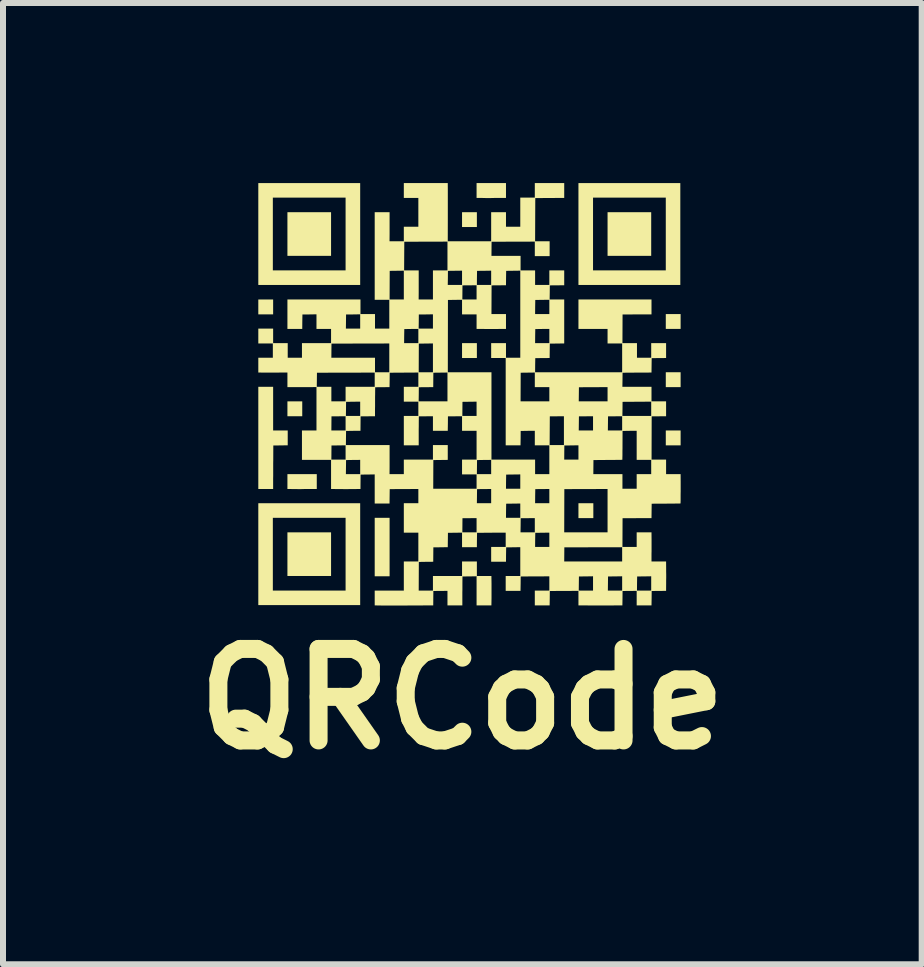
<source format=kicad_pcb>
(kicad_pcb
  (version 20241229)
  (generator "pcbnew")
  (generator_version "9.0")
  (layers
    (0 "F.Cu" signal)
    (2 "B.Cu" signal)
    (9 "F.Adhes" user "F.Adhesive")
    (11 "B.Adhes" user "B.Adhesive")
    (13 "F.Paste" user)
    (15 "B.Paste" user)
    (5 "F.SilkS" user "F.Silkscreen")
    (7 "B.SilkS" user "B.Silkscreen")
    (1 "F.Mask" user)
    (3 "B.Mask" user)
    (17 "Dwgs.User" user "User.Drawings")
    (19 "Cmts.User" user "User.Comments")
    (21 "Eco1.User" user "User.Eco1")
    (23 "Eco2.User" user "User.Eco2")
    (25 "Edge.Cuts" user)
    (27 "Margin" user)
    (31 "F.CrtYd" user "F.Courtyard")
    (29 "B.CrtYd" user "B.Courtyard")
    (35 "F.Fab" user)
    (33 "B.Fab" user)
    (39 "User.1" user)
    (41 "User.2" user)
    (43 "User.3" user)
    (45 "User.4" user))
  (footprint "QRCode"
    (layer "F.Cu")
    (at 4.768 3.515)
    (property "Reference" "QRCode" (at -0.116 5.08 0) (layer "F.SilkS") (effects (font (size 1.524 1.524) (thickness 0.3))))
    (attr board_only exclude_from_pos_files exclude_from_bom)
    (fp_poly (pts (xy -3.268 -1.328) (xy -3.515 -1.328) (xy -3.515 -1.576) (xy -3.268 -1.576)) (stroke (width 0) (type solid)) (fill yes) (layer "F.SilkS"))
    (fp_poly (pts (xy -2.783 0.369) (xy -3.03 0.369) (xy -3.03 0.121) (xy -2.783 0.121)) (stroke (width 0) (type solid)) (fill yes) (layer "F.SilkS"))
    (fp_poly (pts (xy -2.303 -2.303) (xy -3.03 -2.303) (xy -3.03 -3.03) (xy -2.303 -3.03)) (stroke (width 0) (type solid)) (fill yes) (layer "F.SilkS"))
    (fp_poly (pts (xy -2.303 3.03) (xy -3.03 3.03) (xy -3.03 2.303) (xy -2.303 2.303)) (stroke (width 0) (type solid)) (fill yes) (layer "F.SilkS"))
    (fp_poly (pts (xy 0.126 -2.783) (xy -0.121 -2.783) (xy -0.121 -3.03) (xy 0.126 -3.03)) (stroke (width 0) (type solid)) (fill yes) (layer "F.SilkS"))
    (fp_poly (pts (xy 0.126 -0.601) (xy -0.121 -0.601) (xy -0.121 -0.849) (xy 0.126 -0.849)) (stroke (width 0) (type solid)) (fill yes) (layer "F.SilkS"))
    (fp_poly (pts (xy 2.066 2.066) (xy 1.818 2.066) (xy 1.818 1.818) (xy 2.066 1.818)) (stroke (width 0) (type solid)) (fill yes) (layer "F.SilkS"))
    (fp_poly (pts (xy 3.03 -2.303) (xy 2.303 -2.303) (xy 2.303 -3.03) (xy 3.03 -3.03)) (stroke (width 0) (type solid)) (fill yes) (layer "F.SilkS"))
    (fp_poly (pts (xy 3.52 -1.086) (xy 3.273 -1.086) (xy 3.273 -1.333) (xy 3.52 -1.333)) (stroke (width 0) (type solid)) (fill yes) (layer "F.SilkS"))
    (fp_poly (pts (xy 3.52 -0.116) (xy 3.273 -0.116) (xy 3.273 -0.364) (xy 3.52 -0.364)) (stroke (width 0) (type solid)) (fill yes) (layer "F.SilkS"))
    (fp_poly (pts (xy 3.52 0.854) (xy 3.273 0.854) (xy 3.273 0.606) (xy 3.52 0.606)) (stroke (width 0) (type solid)) (fill yes) (layer "F.SilkS"))
    (fp_poly (pts (xy -1.818 -1.818) (xy -3.515 -1.818) (xy -3.515 -2.061) (xy -3.273 -2.061) (xy -2.061 -2.061) (xy -2.061 -3.273) (xy -3.273 -3.273) (xy -3.273 -2.061) (xy -3.515 -2.061) (xy -3.515 -3.515) (xy -1.818 -3.515)) (stroke (width 0) (type solid)) (fill yes) (layer "F.SilkS"))
    (fp_poly (pts (xy -1.818 3.515) (xy -3.515 3.515) (xy -3.515 3.273) (xy -3.273 3.273) (xy -2.061 3.273) (xy -2.061 2.061) (xy -3.273 2.061) (xy -3.273 3.273) (xy -3.515 3.273) (xy -3.515 1.818) (xy -1.818 1.818)) (stroke (width 0) (type solid)) (fill yes) (layer "F.SilkS"))
    (fp_poly (pts (xy 3.515 -1.818) (xy 1.818 -1.818) (xy 1.818 -2.061) (xy 2.061 -2.061) (xy 3.273 -2.061) (xy 3.273 -3.273) (xy 2.061 -3.273) (xy 2.061 -2.061) (xy 1.818 -2.061) (xy 1.818 -3.515) (xy 3.515 -3.515)) (stroke (width 0) (type solid)) (fill yes) (layer "F.SilkS"))
    (fp_poly (pts (xy -2.541 1.581) (xy -2.656 1.581) (xy -2.69 1.581) (xy -2.72 1.581) (xy -2.746 1.581) (xy -2.765 1.582) (xy -2.776 1.582) (xy -2.779 1.582) (xy -2.785 1.582) (xy -2.801 1.583) (xy -2.823 1.583) (xy -2.852 1.583) (xy -2.884 1.582) (xy -2.908 1.582) (xy -3.03 1.581) (xy -3.03 1.333) (xy -2.541 1.333)) (stroke (width 0) (type solid)) (fill yes) (layer "F.SilkS"))
    (fp_poly (pts (xy 0.611 -3.268) (xy 0.495 -3.268) (xy 0.462 -3.268) (xy 0.432 -3.268) (xy 0.406 -3.267) (xy 0.387 -3.267) (xy 0.375 -3.267) (xy 0.373 -3.267) (xy 0.366 -3.266) (xy 0.351 -3.266) (xy 0.328 -3.266) (xy 0.3 -3.266) (xy 0.268 -3.266) (xy 0.244 -3.267) (xy 0.121 -3.268) (xy 0.121 -3.515) (xy 0.611 -3.515)) (stroke (width 0) (type solid)) (fill yes) (layer "F.SilkS"))
    (fp_poly (pts (xy -1.328 2.182) (xy -1.328 2.213) (xy -1.328 2.252) (xy -1.328 2.298) (xy -1.328 2.349) (xy -1.328 2.403) (xy -1.328 2.458) (xy -1.328 2.514) (xy -1.328 2.551) (xy -1.328 2.605) (xy -1.328 2.66) (xy -1.328 2.715) (xy -1.328 2.768) (xy -1.328 2.817) (xy -1.328 2.861) (xy -1.328 2.897) (xy -1.328 2.917) (xy -1.328 3.035) (xy -1.576 3.035) (xy -1.576 2.061) (xy -1.328 2.061)) (stroke (width 0) (type solid)) (fill yes) (layer "F.SilkS"))
    (fp_poly (pts (xy -3.268 0.001) (xy -3.268 0.033) (xy -3.268 0.073) (xy -3.268 0.119) (xy -3.268 0.17) (xy -3.268 0.224) (xy -3.268 0.28) (xy -3.268 0.335) (xy -3.268 0.365) (xy -3.268 0.606) (xy -3.025 0.606) (xy -3.025 0.853) (xy -3.145 0.855) (xy -3.265 0.856) (xy -3.266 1.099) (xy -3.267 1.152) (xy -3.267 1.208) (xy -3.267 1.263) (xy -3.267 1.315) (xy -3.267 1.364) (xy -3.268 1.408) (xy -3.268 1.444) (xy -3.268 1.461) (xy -3.268 1.581) (xy -3.515 1.581) (xy -3.515 -0.121) (xy -3.268 -0.121)) (stroke (width 0) (type solid)) (fill yes) (layer "F.SilkS"))
    (fp_poly (pts (xy -0.358 -3.393) (xy -0.358 -3.367) (xy -0.358 -3.332) (xy -0.358 -3.289) (xy -0.358 -3.239) (xy -0.358 -3.185) (xy -0.358 -3.126) (xy -0.358 -3.065) (xy -0.358 -3.001) (xy -0.358 -2.937) (xy -0.358 -2.908) (xy -0.359 -2.546) (xy 0.364 -2.546) (xy 0.364 -3.03) (xy 0.611 -3.03) (xy 0.611 -2.788) (xy 0.849 -2.788) (xy 0.849 -3.273) (xy 1.091 -3.273) (xy 1.091 -3.515) (xy 1.581 -3.515) (xy 1.581 -3.268) (xy 1.461 -3.268) (xy 1.417 -3.267) (xy 1.367 -3.267) (xy 1.315 -3.267) (xy 1.265 -3.267) (xy 1.221 -3.266) (xy 1.22 -3.266) (xy 1.099 -3.265) (xy 1.096 -2.546) (xy 1.338 -2.546) (xy 1.338 -2.298) (xy 1.091 -2.298) (xy 1.091 -2.54) (xy 0.371 -2.538) (xy 0.37 -2.421) (xy 0.369 -2.303) (xy 0.854 -2.303) (xy 0.854 -2.061) (xy 1.096 -2.061) (xy 1.096 -1.818) (xy 1.333 -1.818) (xy 1.333 -2.061) (xy 1.581 -2.061) (xy 1.581 -1.813) (xy 1.461 -1.812) (xy 1.341 -1.811) (xy 1.34 -1.693) (xy 1.338 -1.576) (xy 1.581 -1.576) (xy 1.581 -1.455) (xy 1.581 -1.411) (xy 1.581 -1.362) (xy 1.581 -1.31) (xy 1.581 -1.259) (xy 1.581 -1.213) (xy 1.581 -1.207) (xy 1.581 -1.163) (xy 1.581 -1.113) (xy 1.581 -1.062) (xy 1.581 -1.012) (xy 1.581 -0.969) (xy 1.581 -0.962) (xy 1.581 -0.844) (xy 1.461 -0.842) (xy 1.341 -0.841) (xy 1.338 -0.601) (xy 1.099 -0.599) (xy 1.097 -0.481) (xy 1.096 -0.364) (xy 2.546 -0.364) (xy 2.546 -0.843) (xy 2.303 -0.843) (xy 2.303 -1.086) (xy 2.183 -1.086) (xy 2.14 -1.086) (xy 2.09 -1.086) (xy 2.038 -1.086) (xy 1.988 -1.086) (xy 1.943 -1.086) (xy 1.941 -1.086) (xy 1.818 -1.086) (xy 1.818 -1.576) (xy 3.035 -1.576) (xy 3.035 -1.328) (xy 2.916 -1.328) (xy 2.872 -1.328) (xy 2.822 -1.328) (xy 2.77 -1.328) (xy 2.72 -1.327) (xy 2.675 -1.327) (xy 2.674 -1.327) (xy 2.553 -1.326) (xy 2.551 -0.849) (xy 2.793 -0.849) (xy 2.793 -0.606) (xy 3.03 -0.606) (xy 3.03 -0.849) (xy 3.278 -0.849) (xy 3.278 -0.601) (xy 3.158 -0.6) (xy 3.038 -0.599) (xy 3.035 -0.359) (xy 2.915 -0.358) (xy 2.872 -0.358) (xy 2.822 -0.358) (xy 2.77 -0.358) (xy 2.72 -0.357) (xy 2.675 -0.357) (xy 2.674 -0.357) (xy 2.553 -0.356) (xy 2.552 -0.239) (xy 2.55 -0.121) (xy 3.035 -0.121) (xy 3.035 0.121) (xy 3.278 0.121) (xy 3.278 0.369) (xy 3.158 0.37) (xy 3.038 0.371) (xy 3.036 1.091) (xy 3.278 1.091) (xy 3.278 1.333) (xy 3.52 1.333) (xy 3.521 1.456) (xy 3.521 1.514) (xy 3.521 1.57) (xy 3.521 1.622) (xy 3.52 1.67) (xy 3.52 1.713) (xy 3.52 1.75) (xy 3.52 1.78) (xy 3.519 1.803) (xy 3.519 1.817) (xy 3.518 1.822) (xy 3.513 1.822) (xy 3.499 1.823) (xy 3.476 1.823) (xy 3.447 1.823) (xy 3.411 1.824) (xy 3.37 1.824) (xy 3.325 1.824) (xy 3.277 1.825) (xy 3.038 1.826) (xy 3.035 2.066) (xy 2.915 2.066) (xy 2.872 2.066) (xy 2.822 2.066) (xy 2.77 2.067) (xy 2.72 2.067) (xy 2.675 2.067) (xy 2.674 2.067) (xy 2.553 2.068) (xy 2.552 2.307) (xy 2.551 2.546) (xy 2.788 2.546) (xy 2.788 2.303) (xy 3.035 2.303) (xy 3.036 2.426) (xy 3.036 2.47) (xy 3.036 2.52) (xy 3.036 2.572) (xy 3.036 2.622) (xy 3.035 2.666) (xy 3.035 2.668) (xy 3.035 2.788) (xy 3.278 2.788) (xy 3.279 2.91) (xy 3.279 2.955) (xy 3.28 3.005) (xy 3.28 3.058) (xy 3.279 3.109) (xy 3.279 3.153) (xy 3.279 3.155) (xy 3.278 3.278) (xy 3.158 3.279) (xy 3.038 3.28) (xy 3.037 3.4) (xy 3.035 3.52) (xy 2.788 3.52) (xy 2.788 3.278) (xy 2.671 3.279) (xy 2.553 3.28) (xy 2.552 3.4) (xy 2.55 3.52) (xy 2.432 3.52) (xy 2.39 3.521) (xy 2.341 3.521) (xy 2.29 3.521) (xy 2.239 3.521) (xy 2.194 3.521) (xy 2.187 3.521) (xy 2.142 3.521) (xy 2.092 3.521) (xy 2.04 3.521) (xy 1.99 3.521) (xy 1.946 3.52) (xy 1.939 3.52) (xy 1.818 3.52) (xy 1.818 3.278) (xy 1.341 3.28) (xy 1.34 3.4) (xy 1.338 3.52) (xy 1.091 3.52) (xy 1.091 3.273) (xy 1.333 3.273) (xy 1.823 3.273) (xy 2.061 3.273) (xy 2.308 3.273) (xy 2.546 3.273) (xy 2.793 3.273) (xy 3.03 3.273) (xy 3.03 3.035) (xy 2.913 3.037) (xy 2.796 3.038) (xy 2.794 3.155) (xy 2.793 3.273) (xy 2.546 3.273) (xy 2.546 3.035) (xy 2.428 3.037) (xy 2.311 3.038) (xy 2.308 3.273) (xy 2.061 3.273) (xy 2.061 3.035) (xy 1.943 3.037) (xy 1.826 3.038) (xy 1.823 3.273) (xy 1.333 3.273) (xy 1.333 3.036) (xy 0.856 3.038) (xy 0.855 3.158) (xy 0.853 3.278) (xy 0.606 3.278) (xy 0.606 3.03) (xy 0.849 3.03) (xy 0.849 2.788) (xy 1.581 2.788) (xy 2.546 2.788) (xy 2.546 2.551) (xy 2.064 2.552) (xy 1.583 2.553) (xy 1.581 2.788) (xy 0.849 2.788) (xy 0.849 2.55) (xy 0.731 2.552) (xy 0.614 2.553) (xy 0.612 2.673) (xy 0.611 2.793) (xy 0.364 2.793) (xy 0.364 2.546) (xy 0.606 2.546) (xy 1.096 2.546) (xy 1.333 2.546) (xy 1.333 2.308) (xy 1.099 2.311) (xy 1.097 2.428) (xy 1.096 2.546) (xy 0.606 2.546) (xy 0.606 2.308) (xy 0.367 2.309) (xy 0.129 2.311) (xy 0.127 2.431) (xy 0.126 2.551) (xy -0.121 2.551) (xy -0.121 2.308) (xy -0.356 2.311) (xy -0.359 2.55) (xy -0.479 2.552) (xy -0.599 2.553) (xy -0.6 2.673) (xy -0.601 2.793) (xy -0.721 2.794) (xy -0.841 2.796) (xy -0.843 3.273) (xy -0.606 3.273) (xy -0.606 3.03) (xy -0.121 3.03) (xy -0.121 2.788) (xy 0.126 2.788) (xy 0.126 3.03) (xy 0.368 3.03) (xy 0.37 3.153) (xy 0.37 3.197) (xy 0.37 3.248) (xy 0.37 3.3) (xy 0.37 3.351) (xy 0.37 3.396) (xy 0.37 3.398) (xy 0.368 3.52) (xy 0.121 3.52) (xy 0.121 3.035) (xy 0.004 3.037) (xy -0.114 3.038) (xy -0.115 3.159) (xy -0.115 3.203) (xy -0.115 3.253) (xy -0.116 3.305) (xy -0.116 3.355) (xy -0.116 3.399) (xy -0.116 3.4) (xy -0.116 3.52) (xy -0.364 3.52) (xy -0.364 3.278) (xy -0.481 3.279) (xy -0.599 3.28) (xy -0.6 3.4) (xy -0.601 3.52) (xy -0.719 3.52) (xy -0.748 3.52) (xy -0.787 3.521) (xy -0.832 3.521) (xy -0.882 3.521) (xy -0.936 3.521) (xy -0.991 3.521) (xy -1.046 3.522) (xy -1.083 3.522) (xy -1.138 3.522) (xy -1.194 3.522) (xy -1.249 3.522) (xy -1.303 3.522) (xy -1.352 3.522) (xy -1.396 3.522) (xy -1.433 3.522) (xy -1.453 3.522) (xy -1.576 3.52) (xy -1.576 3.273) (xy -1.091 3.273) (xy -1.091 2.788) (xy -0.849 2.788) (xy -0.849 2.308) (xy -1.091 2.308) (xy -1.091 2.303) (xy -0.116 2.303) (xy 0.121 2.303) (xy 0.853 2.303) (xy 1.091 2.303) (xy 1.581 2.303) (xy 2.303 2.303) (xy 2.303 1.581) (xy 1.943 1.582) (xy 1.583 1.583) (xy 1.582 1.943) (xy 1.581 2.303) (xy 1.091 2.303) (xy 1.091 2.066) (xy 0.856 2.068) (xy 0.855 2.186) (xy 0.853 2.303) (xy 0.121 2.303) (xy 0.121 2.066) (xy -0.114 2.068) (xy -0.115 2.186) (xy -0.116 2.303) (xy -1.091 2.303) (xy -1.091 2.061) (xy 0.611 2.061) (xy 0.849 2.061) (xy 0.849 1.823) (xy 0.614 1.826) (xy 0.612 1.943) (xy 0.611 2.061) (xy -1.091 2.061) (xy -1.091 1.818) (xy -0.849 1.818) (xy 0.126 1.818) (xy 0.364 1.818) (xy 1.096 1.818) (xy 1.333 1.818) (xy 1.333 1.581) (xy 1.099 1.583) (xy 1.097 1.701) (xy 1.096 1.818) (xy 0.364 1.818) (xy 0.364 1.581) (xy 0.246 1.582) (xy 0.129 1.583) (xy 0.126 1.818) (xy -0.849 1.818) (xy -0.849 1.581) (xy -1.326 1.583) (xy -1.329 1.823) (xy -1.576 1.823) (xy -1.576 1.338) (xy -1.693 1.34) (xy -1.811 1.341) (xy -1.813 1.581) (xy -1.936 1.582) (xy -1.98 1.582) (xy -2.031 1.583) (xy -2.083 1.583) (xy -2.134 1.582) (xy -2.179 1.582) (xy -2.181 1.582) (xy -2.303 1.581) (xy -2.303 1.333) (xy -2.056 1.333) (xy -1.818 1.333) (xy -1.818 1.096) (xy -1.936 1.097) (xy -2.053 1.099) (xy -2.056 1.333) (xy -2.303 1.333) (xy -2.303 1.096) (xy -2.423 1.096) (xy -2.467 1.096) (xy -2.516 1.096) (xy -2.568 1.096) (xy -2.618 1.096) (xy -2.663 1.096) (xy -2.666 1.096) (xy -2.788 1.096) (xy -2.788 1.091) (xy -2.298 1.091) (xy -2.061 1.091) (xy -2.061 0.853) (xy -2.178 0.855) (xy -2.296 0.856) (xy -2.298 1.091) (xy -2.788 1.091) (xy -2.788 0.849) (xy -2.056 0.849) (xy -1.328 0.849) (xy -1.328 0.971) (xy -1.328 1.015) (xy -1.328 1.065) (xy -1.328 1.117) (xy -1.328 1.167) (xy -1.328 1.211) (xy -1.328 1.213) (xy -1.329 1.333) (xy -1.091 1.333) (xy -1.091 1.091) (xy -0.606 1.091) (xy -0.606 0.849) (xy -0.359 0.849) (xy -0.359 1.096) (xy -0.599 1.099) (xy -0.601 1.576) (xy 0.121 1.576) (xy 0.611 1.576) (xy 0.849 1.576) (xy 0.849 1.338) (xy 0.614 1.341) (xy 0.612 1.458) (xy 0.611 1.576) (xy 0.121 1.576) (xy 0.121 1.338) (xy -0.121 1.338) (xy -0.121 1.333) (xy 0.126 1.333) (xy 0.364 1.333) (xy 0.364 1.096) (xy 0.246 1.097) (xy 0.129 1.099) (xy 0.126 1.333) (xy -0.121 1.333) (xy -0.121 1.091) (xy 0.121 1.091) (xy 0.121 0.611) (xy -0.121 0.611) (xy -0.121 0.369) (xy -0.239 0.37) (xy -0.356 0.371) (xy -0.357 0.491) (xy -0.359 0.611) (xy -0.606 0.611) (xy -0.606 0.369) (xy -0.724 0.37) (xy -0.841 0.371) (xy -0.842 0.492) (xy -0.842 0.537) (xy -0.843 0.587) (xy -0.843 0.639) (xy -0.843 0.689) (xy -0.843 0.733) (xy -0.843 0.734) (xy -0.843 0.854) (xy -1.091 0.854) (xy -1.091 0.364) (xy -0.849 0.364) (xy -0.116 0.364) (xy 0.121 0.364) (xy 0.121 0.126) (xy -0.114 0.129) (xy -0.115 0.246) (xy -0.116 0.364) (xy -0.849 0.364) (xy -0.849 0.126) (xy -1.091 0.126) (xy -1.091 0.121) (xy -0.844 0.121) (xy -0.364 0.121) (xy -0.364 -0.359) (xy -0.599 -0.356) (xy -0.601 -0.116) (xy -0.841 -0.114) (xy -0.842 0.004) (xy -0.844 0.121) (xy -1.091 0.121) (xy -1.091 -0.121) (xy -0.849 -0.121) (xy -0.849 -0.359) (xy -1.326 -0.356) (xy -1.327 -0.236) (xy -1.329 -0.116) (xy -1.448 -0.115) (xy -1.568 -0.114) (xy -1.569 0.008) (xy -1.57 0.052) (xy -1.57 0.102) (xy -1.57 0.154) (xy -1.57 0.204) (xy -1.571 0.248) (xy -1.571 0.249) (xy -1.571 0.369) (xy -1.811 0.371) (xy -1.812 0.491) (xy -1.813 0.611) (xy -1.933 0.612) (xy -2.053 0.614) (xy -2.056 0.849) (xy -2.788 0.849) (xy -2.788 0.606) (xy -2.546 0.606) (xy -2.298 0.606) (xy -2.061 0.606) (xy -2.061 0.369) (xy -2.178 0.37) (xy -2.296 0.371) (xy -2.298 0.606) (xy -2.546 0.606) (xy -2.546 0.364) (xy -2.056 0.364) (xy -1.818 0.364) (xy -1.818 0.126) (xy -1.936 0.127) (xy -2.053 0.129) (xy -2.054 0.246) (xy -2.056 0.364) (xy -2.546 0.364) (xy -2.546 -0.117) (xy -2.666 -0.116) (xy -2.709 -0.116) (xy -2.759 -0.116) (xy -2.811 -0.116) (xy -2.861 -0.116) (xy -2.905 -0.116) (xy -2.908 -0.116) (xy -3.03 -0.116) (xy -3.03 -0.121) (xy -2.541 -0.121) (xy -2.298 -0.121) (xy -2.298 0.121) (xy -2.061 0.121) (xy -2.061 -0.121) (xy -1.576 -0.121) (xy -1.576 -0.358) (xy -2.057 -0.357) (xy -2.538 -0.356) (xy -2.541 -0.121) (xy -3.03 -0.121) (xy -3.03 -0.359) (xy -3.15 -0.359) (xy -3.194 -0.358) (xy -3.244 -0.358) (xy -3.295 -0.358) (xy -3.346 -0.358) (xy -3.39 -0.358) (xy -3.393 -0.358) (xy -3.515 -0.359) (xy -3.515 -0.606) (xy -3.273 -0.606) (xy -3.273 -0.843) (xy -3.515 -0.843) (xy -3.515 -1.091) (xy -3.268 -1.091) (xy -3.268 -0.849) (xy -3.025 -0.849) (xy -3.025 -0.606) (xy -2.788 -0.606) (xy -2.298 -0.606) (xy -1.571 -0.606) (xy -1.571 -0.364) (xy -1.333 -0.364) (xy -0.843 -0.364) (xy -0.606 -0.364) (xy -0.358 -0.364) (xy 0.369 -0.364) (xy 0.369 -0.241) (xy 0.369 -0.22) (xy 0.369 -0.19) (xy 0.369 -0.151) (xy 0.369 -0.104) (xy 0.369 -0.05) (xy 0.369 0.01) (xy 0.369 0.075) (xy 0.369 0.144) (xy 0.369 0.218) (xy 0.369 0.294) (xy 0.369 0.372) (xy 0.369 0.452) (xy 0.369 0.486) (xy 0.369 1.091) (xy 1.096 1.091) (xy 1.096 1.333) (xy 1.333 1.333) (xy 2.066 1.333) (xy 2.551 1.333) (xy 2.551 1.576) (xy 2.788 1.576) (xy 2.788 1.333) (xy 3.03 1.333) (xy 3.03 1.096) (xy 2.788 1.096) (xy 2.788 0.611) (xy 2.671 0.612) (xy 2.553 0.614) (xy 2.552 0.853) (xy 2.552 0.901) (xy 2.551 0.946) (xy 2.551 0.987) (xy 2.551 1.023) (xy 2.55 1.052) (xy 2.55 1.075) (xy 2.549 1.089) (xy 2.549 1.094) (xy 2.544 1.095) (xy 2.529 1.095) (xy 2.507 1.096) (xy 2.477 1.096) (xy 2.442 1.096) (xy 2.401 1.097) (xy 2.356 1.097) (xy 2.308 1.097) (xy 2.068 1.099) (xy 2.066 1.333) (xy 1.333 1.333) (xy 1.333 1.091) (xy 1.581 1.091) (xy 1.818 1.091) (xy 1.818 0.853) (xy 1.701 0.855) (xy 1.583 0.856) (xy 1.581 1.091) (xy 1.333 1.091) (xy 1.333 0.854) (xy 1.091 0.854) (xy 1.091 0.849) (xy 1.338 0.849) (xy 1.576 0.849) (xy 1.576 0.606) (xy 1.823 0.606) (xy 2.061 0.606) (xy 2.308 0.606) (xy 2.546 0.606) (xy 2.546 0.369) (xy 2.428 0.37) (xy 2.311 0.371) (xy 2.308 0.606) (xy 2.061 0.606) (xy 2.061 0.369) (xy 1.943 0.37) (xy 1.826 0.371) (xy 1.823 0.606) (xy 1.576 0.606) (xy 1.576 0.369) (xy 1.458 0.37) (xy 1.341 0.371) (xy 1.338 0.849) (xy 1.091 0.849) (xy 1.091 0.611) (xy 0.974 0.612) (xy 0.856 0.614) (xy 0.855 0.734) (xy 0.853 0.854) (xy 0.606 0.854) (xy 0.606 0.364) (xy 2.55 0.364) (xy 3.03 0.364) (xy 3.03 0.126) (xy 2.553 0.129) (xy 2.552 0.246) (xy 2.55 0.364) (xy 0.606 0.364) (xy 0.606 0.121) (xy 0.854 0.121) (xy 1.333 0.121) (xy 1.823 0.121) (xy 2.303 0.121) (xy 2.303 -0.116) (xy 2.064 -0.115) (xy 1.826 -0.114) (xy 1.823 0.121) (xy 1.333 0.121) (xy 1.333 -0.116) (xy 1.091 -0.116) (xy 1.091 -0.359) (xy 0.856 -0.356) (xy 0.854 0.121) (xy 0.606 0.121) (xy 0.606 -0.601) (xy 0.364 -0.601) (xy 0.364 -0.849) (xy 0.611 -0.849) (xy 0.611 -0.606) (xy 0.849 -0.606) (xy 0.849 -0.849) (xy 1.096 -0.849) (xy 1.333 -0.849) (xy 1.333 -1.086) (xy 1.216 -1.085) (xy 1.099 -1.083) (xy 1.097 -0.966) (xy 1.096 -0.849) (xy 0.849 -0.849) (xy 0.849 -1.333) (xy 1.096 -1.333) (xy 1.333 -1.333) (xy 1.333 -1.571) (xy 1.216 -1.57) (xy 1.099 -1.568) (xy 1.097 -1.451) (xy 1.096 -1.333) (xy 0.849 -1.333) (xy 0.849 -2.056) (xy 0.614 -2.053) (xy 0.612 -1.933) (xy 0.611 -1.813) (xy 0.491 -1.812) (xy 0.371 -1.811) (xy 0.37 -1.572) (xy 0.369 -1.333) (xy 0.611 -1.333) (xy 0.611 -1.086) (xy 0.489 -1.085) (xy 0.444 -1.084) (xy 0.394 -1.084) (xy 0.341 -1.084) (xy 0.29 -1.084) (xy 0.246 -1.085) (xy 0.244 -1.085) (xy 0.121 -1.086) (xy 0.121 -1.328) (xy -0.121 -1.328) (xy -0.121 -1.571) (xy -0.239 -1.57) (xy -0.356 -1.568) (xy -0.357 -0.966) (xy -0.358 -0.364) (xy -0.606 -0.364) (xy -0.606 -0.844) (xy -0.724 -0.842) (xy -0.841 -0.841) (xy -0.843 -0.364) (xy -1.333 -0.364) (xy -1.333 -0.843) (xy -1.814 -0.842) (xy -2.296 -0.841) (xy -2.298 -0.606) (xy -2.788 -0.606) (xy -2.788 -0.849) (xy -2.303 -0.849) (xy -1.086 -0.849) (xy -0.849 -0.849) (xy -0.849 -1.086) (xy -0.966 -1.085) (xy -1.083 -1.083) (xy -1.085 -0.966) (xy -1.086 -0.849) (xy -2.303 -0.849) (xy -2.303 -1.086) (xy -2.546 -1.086) (xy -2.546 -1.091) (xy -2.056 -1.091) (xy -1.818 -1.091) (xy -1.818 -1.329) (xy -1.936 -1.327) (xy -2.053 -1.326) (xy -2.056 -1.091) (xy -2.546 -1.091) (xy -2.546 -1.329) (xy -2.663 -1.327) (xy -2.78 -1.326) (xy -2.782 -1.206) (xy -2.783 -1.086) (xy -3.03 -1.086) (xy -3.03 -1.576) (xy -1.813 -1.576) (xy -1.813 -1.333) (xy -1.571 -1.333) (xy -1.571 -1.091) (xy -1.333 -1.091) (xy -0.844 -1.091) (xy -0.606 -1.091) (xy -0.606 -1.329) (xy -0.724 -1.327) (xy -0.841 -1.326) (xy -0.842 -1.208) (xy -0.844 -1.091) (xy -1.333 -1.091) (xy -1.333 -1.571) (xy -1.576 -1.571) (xy -1.576 -1.576) (xy -1.328 -1.576) (xy -1.091 -1.576) (xy -1.091 -2.056) (xy -1.326 -2.053) (xy -1.327 -1.814) (xy -1.328 -1.576) (xy -1.576 -1.576) (xy -1.576 -2.061) (xy -1.086 -2.061) (xy -0.843 -2.061) (xy -0.843 -1.938) (xy -0.843 -1.894) (xy -0.843 -1.844) (xy -0.843 -1.792) (xy -0.843 -1.742) (xy -0.843 -1.698) (xy -0.843 -1.696) (xy -0.844 -1.576) (xy -0.606 -1.576) (xy -0.116 -1.576) (xy 0.121 -1.576) (xy 0.121 -1.813) (xy -0.114 -1.811) (xy -0.115 -1.693) (xy -0.116 -1.576) (xy -0.606 -1.576) (xy -0.606 -1.818) (xy -0.359 -1.818) (xy -0.121 -1.818) (xy 0.126 -1.818) (xy 0.364 -1.818) (xy 0.364 -2.056) (xy 0.246 -2.054) (xy 0.129 -2.053) (xy 0.127 -1.936) (xy 0.126 -1.818) (xy -0.121 -1.818) (xy -0.121 -2.056) (xy -0.356 -2.053) (xy -0.357 -1.936) (xy -0.359 -1.818) (xy -0.606 -1.818) (xy -0.606 -2.061) (xy -0.364 -2.061) (xy -0.364 -2.54) (xy -1.083 -2.538) (xy -1.086 -2.061) (xy -1.576 -2.061) (xy -1.576 -3.03) (xy -1.328 -3.03) (xy -1.328 -2.908) (xy -1.328 -2.864) (xy -1.328 -2.814) (xy -1.328 -2.762) (xy -1.328 -2.712) (xy -1.328 -2.668) (xy -1.328 -2.666) (xy -1.329 -2.546) (xy -1.091 -2.546) (xy -1.091 -2.788) (xy -0.849 -2.788) (xy -0.849 -3.268) (xy -1.091 -3.268) (xy -1.091 -3.515) (xy -0.359 -3.515)) (stroke (width 0) (type solid)) (fill yes) (layer "F.SilkS")))
  (gr_rect
    (start -3 -3)
    (end 12.304 13.013)
    (stroke (width 0.1) (type default))
    (fill no)
    (layer "Edge.Cuts")))
</source>
